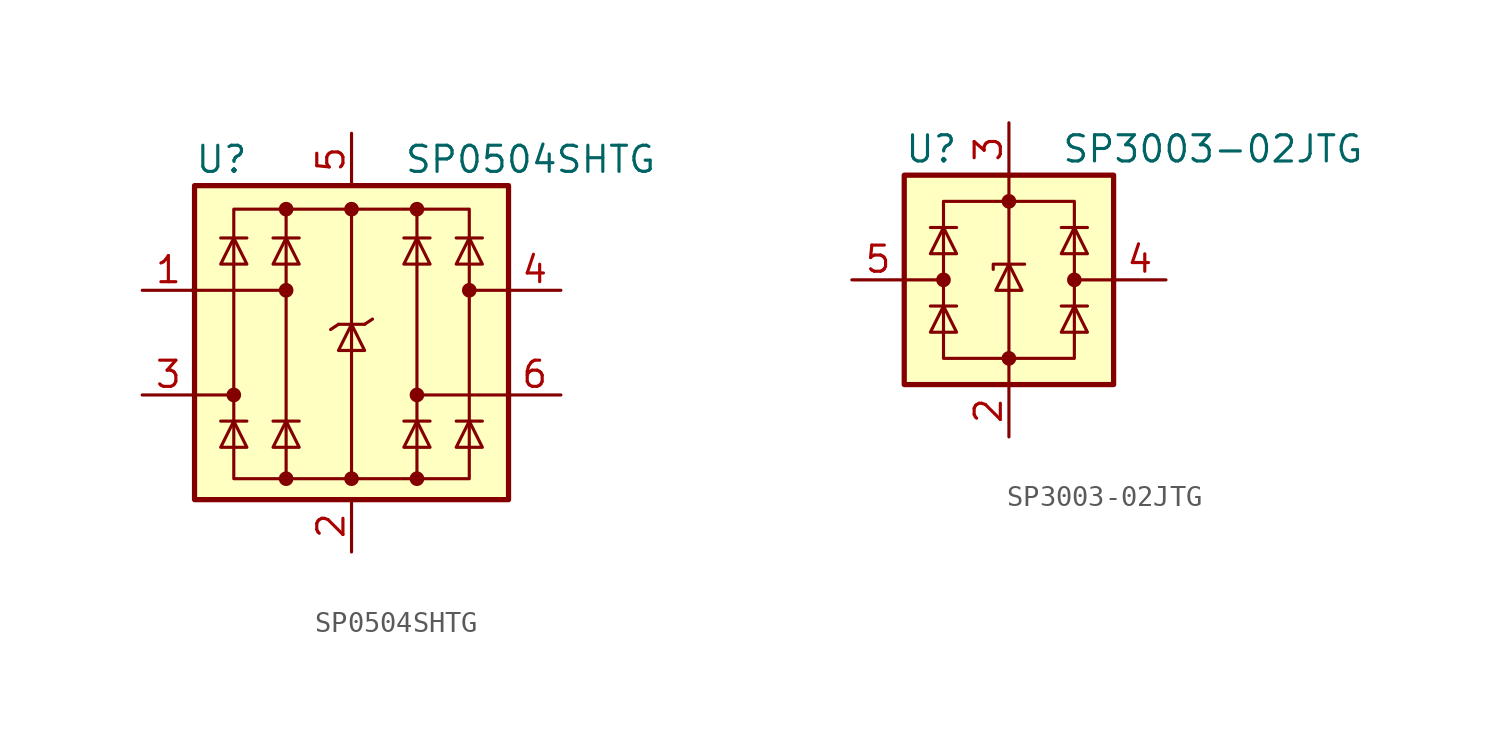
<source format=kicad_sym>
(kicad_symbol_lib
  (version 20241209)
  (generator "kicad_symbol_editor")
  (generator_version "9.0")
  (symbol "SP0504SHTG"
    (pin_names
      (offset 0)
      (hide yes))
    (property "Reference" "U"
      (at -7.62 8.89 0)
      (effects (font (size 1.27 1.27)) (justify left)))
    (property "Value" "SP0504SHTG"
      (at 2.54 8.89 0)
      (effects (font (size 1.27 1.27)) (justify left)))
    (symbol "SP0504SHTG_0_0"
      (rectangle (start -5.715 6.477) (end 5.715 -6.604) (stroke (width 0) (type default)) (fill (type none)))
      (polyline (pts (xy -3.175 -6.604) (xy -3.175 6.477)) (stroke (width 0) (type default)) (fill (type none)))
      (polyline (pts (xy 0 6.477) (xy 0 -6.604)) (stroke (width 0) (type default)) (fill (type none)))
      (polyline (pts (xy 3.175 6.477) (xy 3.175 -6.604)) (stroke (width 0) (type default)) (fill (type none))))
    (symbol "SP0504SHTG_0_1"
      (polyline (pts (xy -7.747 2.54) (xy -3.175 2.54)) (stroke (width 0) (type default)) (fill (type none)))
      (rectangle (start -7.62 7.62) (end 7.62 -7.62) (stroke (width 0.254) (type default)) (fill (type background)))
      (polyline (pts (xy -7.62 -2.54) (xy -5.715 -2.54)) (stroke (width 0) (type default)) (fill (type none)))
      (circle (center -5.715 -2.54) (radius 0.279) (stroke (width 0) (type default)) (fill (type outline)))
      (polyline (pts (xy -5.08 5.08) (xy -6.35 5.08)) (stroke (width 0) (type default)) (fill (type none)))
      (polyline (pts (xy -5.08 3.81) (xy -6.35 3.81) (xy -5.715 5.08) (xy -5.08 3.81)) (stroke (width 0) (type default)) (fill (type none)))
      (polyline (pts (xy -5.08 -3.81) (xy -6.35 -3.81)) (stroke (width 0) (type default)) (fill (type none)))
      (polyline (pts (xy -5.08 -5.08) (xy -6.35 -5.08) (xy -5.715 -3.81) (xy -5.08 -5.08)) (stroke (width 0) (type default)) (fill (type none)))
      (circle (center -3.175 6.477) (radius 0.279) (stroke (width 0) (type default)) (fill (type outline)))
      (circle (center -3.175 2.54) (radius 0.279) (stroke (width 0) (type default)) (fill (type outline)))
      (circle (center -3.175 -6.604) (radius 0.279) (stroke (width 0) (type default)) (fill (type outline)))
      (polyline (pts (xy -2.54 5.08) (xy -3.81 5.08)) (stroke (width 0) (type default)) (fill (type none)))
      (polyline (pts (xy -2.54 3.81) (xy -3.81 3.81) (xy -3.175 5.08) (xy -2.54 3.81)) (stroke (width 0) (type default)) (fill (type none)))
      (polyline (pts (xy -2.54 -3.81) (xy -3.81 -3.81)) (stroke (width 0) (type default)) (fill (type none)))
      (polyline (pts (xy -2.54 -5.08) (xy -3.81 -5.08) (xy -3.175 -3.81) (xy -2.54 -5.08)) (stroke (width 0) (type default)) (fill (type none)))
      (polyline (pts (xy -0.635 0.889) (xy -1.016 0.635)) (stroke (width 0) (type default)) (fill (type none)))
      (circle (center 0 6.477) (radius 0.279) (stroke (width 0) (type default)) (fill (type outline)))
      (circle (center 0 -6.604) (radius 0.279) (stroke (width 0) (type default)) (fill (type outline)))
      (polyline (pts (xy 0.635 0.889) (xy -0.635 0.889)) (stroke (width 0) (type default)) (fill (type none)))
      (polyline (pts (xy 0.635 0.889) (xy 1.016 1.143)) (stroke (width 0) (type default)) (fill (type none)))
      (polyline (pts (xy 0.635 -0.381) (xy -0.635 -0.381) (xy 0 0.889) (xy 0.635 -0.381)) (stroke (width 0) (type default)) (fill (type none)))
      (circle (center 3.175 6.477) (radius 0.279) (stroke (width 0) (type default)) (fill (type outline)))
      (circle (center 3.175 -2.54) (radius 0.279) (stroke (width 0) (type default)) (fill (type outline)))
      (circle (center 3.175 -6.604) (radius 0.279) (stroke (width 0) (type default)) (fill (type outline)))
      (polyline (pts (xy 3.81 5.08) (xy 2.54 5.08)) (stroke (width 0) (type default)) (fill (type none)))
      (polyline (pts (xy 3.81 3.81) (xy 2.54 3.81) (xy 3.175 5.08) (xy 3.81 3.81)) (stroke (width 0) (type default)) (fill (type none)))
      (polyline (pts (xy 3.81 -3.81) (xy 2.54 -3.81)) (stroke (width 0) (type default)) (fill (type none)))
      (polyline (pts (xy 3.81 -5.08) (xy 2.54 -5.08) (xy 3.175 -3.81) (xy 3.81 -5.08)) (stroke (width 0) (type default)) (fill (type none)))
      (circle (center 5.715 2.54) (radius 0.279) (stroke (width 0) (type default)) (fill (type outline)))
      (polyline (pts (xy 6.35 5.08) (xy 5.08 5.08)) (stroke (width 0) (type default)) (fill (type none)))
      (polyline (pts (xy 6.35 3.81) (xy 5.08 3.81) (xy 5.715 5.08) (xy 6.35 3.81)) (stroke (width 0) (type default)) (fill (type none)))
      (polyline (pts (xy 6.35 -3.81) (xy 5.08 -3.81)) (stroke (width 0) (type default)) (fill (type none)))
      (polyline (pts (xy 6.35 -5.08) (xy 5.08 -5.08) (xy 5.715 -3.81) (xy 6.35 -5.08)) (stroke (width 0) (type default)) (fill (type none)))
      (polyline (pts (xy 7.62 2.54) (xy 5.715 2.54)) (stroke (width 0) (type default)) (fill (type none)))
      (polyline (pts (xy 7.62 -2.54) (xy 3.175 -2.54)) (stroke (width 0) (type default)) (fill (type none))))
    (symbol "SP0504SHTG_1_1"
      (pin passive line (at -10.16 2.54 0) (length 2.54) (name "I/O1" (effects (font (size 1.27 1.27)))) (number "1" (effects (font (size 1.27 1.27)))))
      (pin passive line (at -10.16 -2.54 0) (length 2.54) (name "I/O2" (effects (font (size 1.27 1.27)))) (number "3" (effects (font (size 1.27 1.27)))))
      (pin passive line (at 0 10.16 270) (length 2.54) (name "VCC" (effects (font (size 1.27 1.27)))) (number "5" (effects (font (size 1.27 1.27)))))
      (pin passive line (at 0 -10.16 90) (length 2.54) (name "GND" (effects (font (size 1.27 1.27)))) (number "2" (effects (font (size 1.27 1.27)))))
      (pin passive line (at 10.16 2.54 180) (length 2.54) (name "I/O3" (effects (font (size 1.27 1.27)))) (number "4" (effects (font (size 1.27 1.27)))))
      (pin passive line (at 10.16 -2.54 180) (length 2.54) (name "I/O4" (effects (font (size 1.27 1.27)))) (number "6" (effects (font (size 1.27 1.27)))))))
  (symbol "SP3003-02JTG"
    (pin_names
      (offset 0)
      (hide yes))
    (property "Reference" "U"
      (at -5.08 6.35 0)
      (effects (font (size 1.27 1.27)) (justify left)))
    (property "Value" "SP3003-02JTG"
      (at 2.54 6.35 0)
      (effects (font (size 1.27 1.27)) (justify left)))
    (symbol "SP3003-02JTG_0_1"
      (rectangle (start -5.08 5.08) (end 5.08 -5.08) (stroke (width 0.254) (type default)) (fill (type background)))
      (polyline (pts (xy -5.08 0) (xy -3.175 0)) (stroke (width 0) (type default)) (fill (type none)))
      (polyline (pts (xy -3.81 2.54) (xy -2.54 2.54)) (stroke (width 0) (type default)) (fill (type none)))
      (polyline (pts (xy -3.81 -1.27) (xy -2.54 -1.27)) (stroke (width 0) (type default)) (fill (type none)))
      (rectangle (start -3.175 3.81) (end 3.175 -3.81) (stroke (width 0) (type default)) (fill (type none)))
      (circle (center -3.175 0) (radius 0.279) (stroke (width 0) (type default)) (fill (type outline)))
      (polyline (pts (xy -2.54 1.27) (xy -3.81 1.27) (xy -3.175 2.54) (xy -2.54 1.27)) (stroke (width 0) (type default)) (fill (type none)))
      (polyline (pts (xy -2.54 -2.54) (xy -3.81 -2.54) (xy -3.175 -1.27) (xy -2.54 -2.54)) (stroke (width 0) (type default)) (fill (type none)))
      (polyline (pts (xy 0 5.08) (xy 0 -5.08)) (stroke (width 0) (type default)) (fill (type none)))
      (circle (center 0 3.81) (radius 0.279) (stroke (width 0) (type default)) (fill (type outline)))
      (circle (center 0 -3.81) (radius 0.279) (stroke (width 0) (type default)) (fill (type outline)))
      (polyline (pts (xy 0.635 -0.508) (xy -0.635 -0.508) (xy 0 0.762) (xy 0.635 -0.508)) (stroke (width 0) (type default)) (fill (type none)))
      (polyline (pts (xy 0.762 0.762) (xy -0.762 0.762) (xy -0.762 0.508)) (stroke (width 0) (type default)) (fill (type none)))
      (polyline (pts (xy 2.54 2.54) (xy 3.81 2.54)) (stroke (width 0) (type default)) (fill (type none)))
      (polyline (pts (xy 2.54 -1.27) (xy 3.81 -1.27)) (stroke (width 0) (type default)) (fill (type none)))
      (circle (center 3.175 0) (radius 0.279) (stroke (width 0) (type default)) (fill (type outline)))
      (polyline (pts (xy 3.81 1.27) (xy 2.54 1.27) (xy 3.175 2.54) (xy 3.81 1.27)) (stroke (width 0) (type default)) (fill (type none)))
      (polyline (pts (xy 3.81 -2.54) (xy 2.54 -2.54) (xy 3.175 -1.27) (xy 3.81 -2.54)) (stroke (width 0) (type default)) (fill (type none)))
      (polyline (pts (xy 5.08 0) (xy 3.175 0)) (stroke (width 0) (type default)) (fill (type none))))
    (symbol "SP3003-02JTG_1_1"
      (pin passive line (at -7.62 0 0) (length 2.54) (name "I/O1" (effects (font (size 1.27 1.27)))) (number "5" (effects (font (size 1.27 1.27)))))
      (pin passive line (at 0 7.62 270) (length 2.54) (name "VCC" (effects (font (size 1.27 1.27)))) (number "3" (effects (font (size 1.27 1.27)))))
      (pin passive line (at 0 -7.62 90) (length 2.54) (name "GND" (effects (font (size 1.27 1.27)))) (number "2" (effects (font (size 1.27 1.27)))))
      (pin passive line (at 7.62 0 180) (length 2.54) (name "I/O2" (effects (font (size 1.27 1.27)))) (number "4" (effects (font (size 1.27 1.27))))))))
</source>
